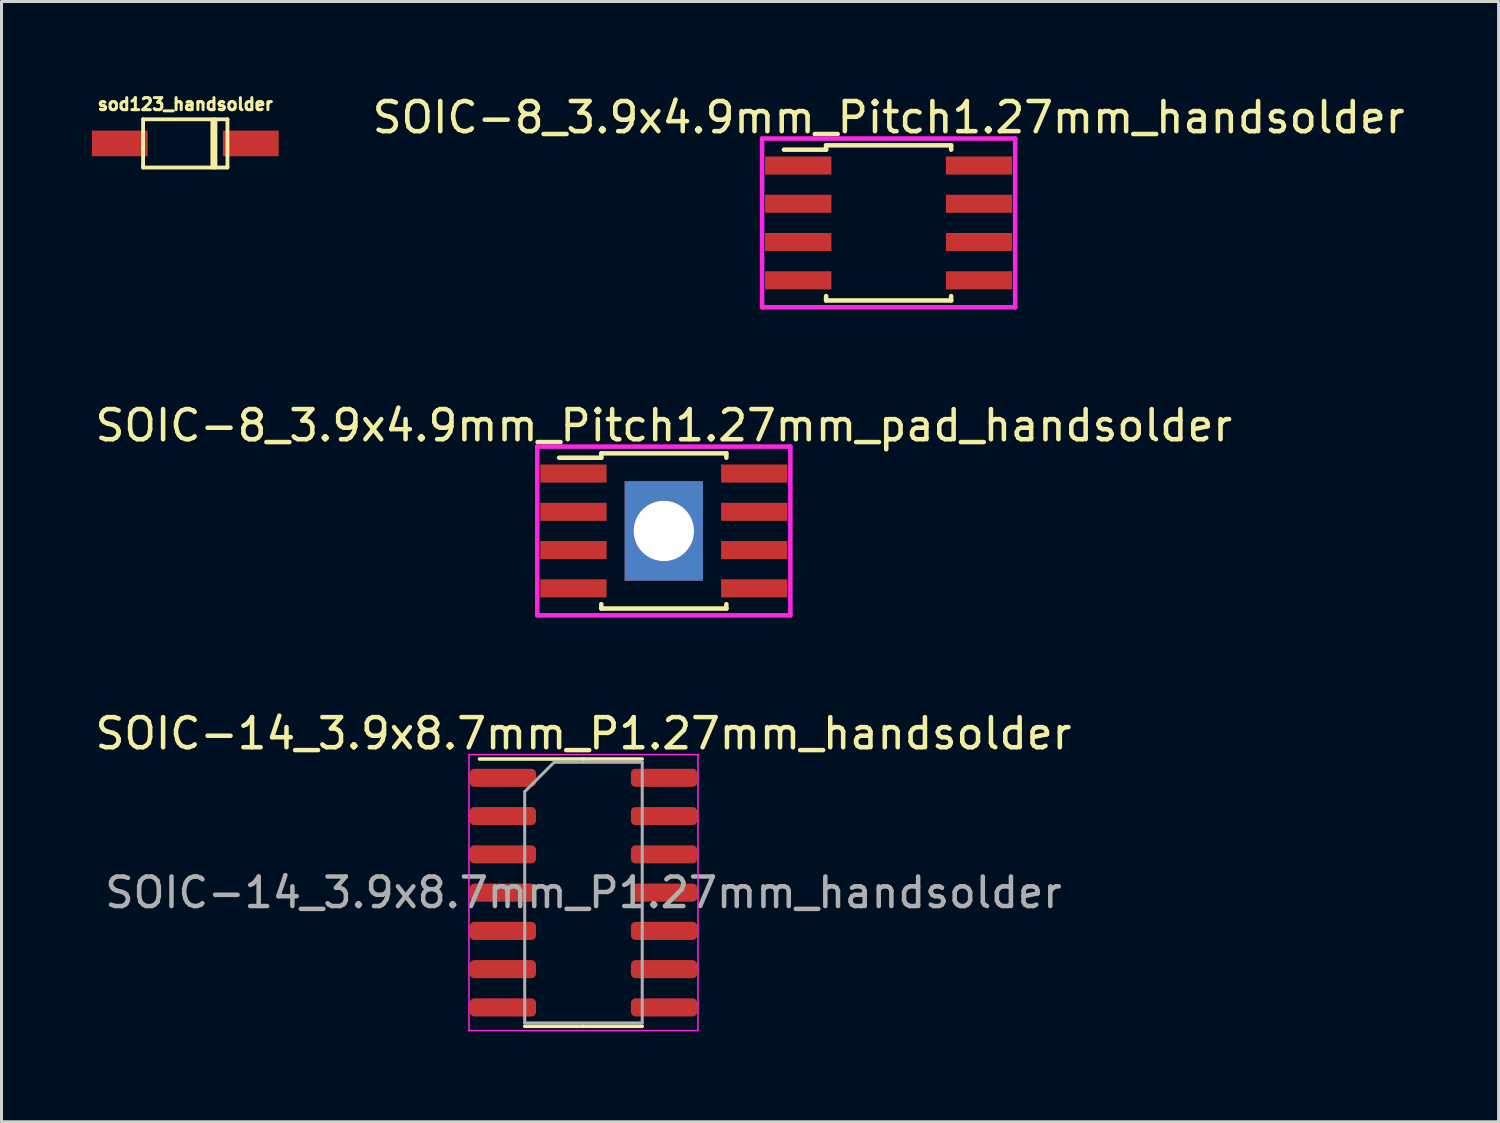
<source format=kicad_pcb>
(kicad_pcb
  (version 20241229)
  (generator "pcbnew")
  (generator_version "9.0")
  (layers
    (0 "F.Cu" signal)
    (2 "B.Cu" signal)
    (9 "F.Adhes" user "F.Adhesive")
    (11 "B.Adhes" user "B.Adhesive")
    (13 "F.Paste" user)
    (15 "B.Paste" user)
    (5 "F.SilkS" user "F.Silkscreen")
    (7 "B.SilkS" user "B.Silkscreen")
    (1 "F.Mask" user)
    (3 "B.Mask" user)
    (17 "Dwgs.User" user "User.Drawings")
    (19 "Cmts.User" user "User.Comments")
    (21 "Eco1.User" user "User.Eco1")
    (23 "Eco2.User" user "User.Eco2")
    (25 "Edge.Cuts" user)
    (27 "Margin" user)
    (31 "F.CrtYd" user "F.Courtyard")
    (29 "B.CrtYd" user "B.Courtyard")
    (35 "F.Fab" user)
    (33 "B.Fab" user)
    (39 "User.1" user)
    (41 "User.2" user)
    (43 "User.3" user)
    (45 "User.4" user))
  (footprint "SOIC-8_3.9x4.9mm_Pitch1.27mm_pad_handsolder"
    (layer "F.Cu")
    (at 18.982 14.572)
    (property "Reference" "SOIC-8_3.9x4.9mm_Pitch1.27mm_pad_handsolder" (at 0 -3.5 0) (layer "F.SilkS") (effects (font (size 1 1) (thickness 0.15))))
    (attr smd)
    (fp_line (start -2.075 -2.575) (end -2.075 -2.43) (stroke (width 0.15) (type solid)) (layer "F.SilkS"))
    (fp_line (start -2.075 -2.575) (end 2.075 -2.575) (stroke (width 0.15) (type solid)) (layer "F.SilkS"))
    (fp_line (start -2.075 -2.43) (end -3.475 -2.43) (stroke (width 0.15) (type solid)) (layer "F.SilkS"))
    (fp_line (start -2.075 2.575) (end -2.075 2.43) (stroke (width 0.15) (type solid)) (layer "F.SilkS"))
    (fp_line (start -2.075 2.575) (end 2.075 2.575) (stroke (width 0.15) (type solid)) (layer "F.SilkS"))
    (fp_line (start 2.075 -2.575) (end 2.075 -2.43) (stroke (width 0.15) (type solid)) (layer "F.SilkS"))
    (fp_line (start 2.075 2.575) (end 2.075 2.43) (stroke (width 0.15) (type solid)) (layer "F.SilkS"))
    (fp_line (start -4.2 -2.8) (end -4.2 2.8) (stroke (width 0.15) (type solid)) (layer "F.CrtYd"))
    (fp_line (start -4.2 2.8) (end 4.2 2.8) (stroke (width 0.15) (type solid)) (layer "F.CrtYd"))
    (fp_line (start 4.2 -2.8) (end -4.2 -2.8) (stroke (width 0.15) (type solid)) (layer "F.CrtYd"))
    (fp_line (start 4.2 2.8) (end 4.2 -2.8) (stroke (width 0.15) (type solid)) (layer "F.CrtYd"))
    (pad "1" smd rect (at -3 -1.905) (size 2.2 0.6) (layers "F.Cu" "F.Mask" "F.Paste"))
    (pad "2" smd rect (at -3 -0.635) (size 2.2 0.6) (layers "F.Cu" "F.Mask" "F.Paste"))
    (pad "3" smd rect (at -3 0.635) (size 2.2 0.6) (layers "F.Cu" "F.Mask" "F.Paste"))
    (pad "4" smd rect (at -3 1.905) (size 2.2 0.6) (layers "F.Cu" "F.Mask" "F.Paste"))
    (pad "5" smd rect (at 3 1.905) (size 2.2 0.6) (layers "F.Cu" "F.Mask" "F.Paste"))
    (pad "6" smd rect (at 3 0.635) (size 2.2 0.6) (layers "F.Cu" "F.Mask" "F.Paste"))
    (pad "7" smd rect (at 3 -0.635) (size 2.2 0.6) (layers "F.Cu" "F.Mask" "F.Paste"))
    (pad "8" smd rect (at 3 -1.905) (size 2.2 0.6) (layers "F.Cu" "F.Mask" "F.Paste"))
    (pad "9" thru_hole trapezoid (at 0 0) (size 2.6 3.3) (drill 2) (layers "*.Cu" "*.Mask")))
  (footprint "SOIC-14_3.9x8.7mm_P1.27mm_handsolder"
    (layer "F.Cu")
    (at 16.315 26.575)
    (property "Reference" "SOIC-14_3.9x8.7mm_P1.27mm_handsolder" (at 0 -5.28 0) (layer "F.SilkS") (effects (font (size 1 1) (thickness 0.15))))
    (attr smd)
    (fp_line (start 0 -4.435) (end -3.45 -4.435) (stroke (width 0.12) (type solid)) (layer "F.SilkS"))
    (fp_line (start 0 -4.435) (end 1.95 -4.435) (stroke (width 0.12) (type solid)) (layer "F.SilkS"))
    (fp_line (start 0 4.435) (end -1.95 4.435) (stroke (width 0.12) (type solid)) (layer "F.SilkS"))
    (fp_line (start 0 4.435) (end 1.95 4.435) (stroke (width 0.12) (type solid)) (layer "F.SilkS"))
    (fp_line (start -3.8 -4.58) (end -3.8 4.58) (stroke (width 0.05) (type solid)) (layer "F.CrtYd"))
    (fp_line (start -3.8 4.58) (end 3.8 4.58) (stroke (width 0.05) (type solid)) (layer "F.CrtYd"))
    (fp_line (start 3.8 -4.58) (end -3.8 -4.58) (stroke (width 0.05) (type solid)) (layer "F.CrtYd"))
    (fp_line (start 3.8 4.58) (end 3.8 -4.58) (stroke (width 0.05) (type solid)) (layer "F.CrtYd"))
    (fp_line (start -1.95 -3.35) (end -0.975 -4.325) (stroke (width 0.1) (type solid)) (layer "F.Fab"))
    (fp_line (start -1.95 4.325) (end -1.95 -3.35) (stroke (width 0.1) (type solid)) (layer "F.Fab"))
    (fp_line (start -0.975 -4.325) (end 1.95 -4.325) (stroke (width 0.1) (type solid)) (layer "F.Fab"))
    (fp_line (start 1.95 -4.325) (end 1.95 4.325) (stroke (width 0.1) (type solid)) (layer "F.Fab"))
    (fp_line (start 1.95 4.325) (end -1.95 4.325) (stroke (width 0.1) (type solid)) (layer "F.Fab"))
    (fp_text user "${REFERENCE}" (at 0 0 0) (layer "F.Fab") (effects (font (size 0.98 0.98) (thickness 0.15))))
    (pad "1" smd roundrect (at -2.675 -3.81) (size 2.2 0.6) (layers "F.Cu" "F.Mask" "F.Paste") (roundrect_rratio 0.25))
    (pad "2" smd roundrect (at -2.675 -2.54) (size 2.2 0.6) (layers "F.Cu" "F.Mask" "F.Paste") (roundrect_rratio 0.25))
    (pad "3" smd roundrect (at -2.675 -1.27) (size 2.2 0.6) (layers "F.Cu" "F.Mask" "F.Paste") (roundrect_rratio 0.25))
    (pad "4" smd roundrect (at -2.675 0) (size 2.2 0.6) (layers "F.Cu" "F.Mask" "F.Paste") (roundrect_rratio 0.25))
    (pad "5" smd roundrect (at -2.675 1.27) (size 2.2 0.6) (layers "F.Cu" "F.Mask" "F.Paste") (roundrect_rratio 0.25))
    (pad "6" smd roundrect (at -2.675 2.54) (size 2.2 0.6) (layers "F.Cu" "F.Mask" "F.Paste") (roundrect_rratio 0.25))
    (pad "7" smd roundrect (at -2.675 3.81) (size 2.2 0.6) (layers "F.Cu" "F.Mask" "F.Paste") (roundrect_rratio 0.25))
    (pad "8" smd roundrect (at 2.675 3.81) (size 2.2 0.6) (layers "F.Cu" "F.Mask" "F.Paste") (roundrect_rratio 0.25))
    (pad "9" smd roundrect (at 2.675 2.54) (size 2.2 0.6) (layers "F.Cu" "F.Mask" "F.Paste") (roundrect_rratio 0.25))
    (pad "10" smd roundrect (at 2.675 1.27) (size 2.2 0.6) (layers "F.Cu" "F.Mask" "F.Paste") (roundrect_rratio 0.25))
    (pad "11" smd roundrect (at 2.675 0) (size 2.2 0.6) (layers "F.Cu" "F.Mask" "F.Paste") (roundrect_rratio 0.25))
    (pad "12" smd roundrect (at 2.675 -1.27) (size 2.2 0.6) (layers "F.Cu" "F.Mask" "F.Paste") (roundrect_rratio 0.25))
    (pad "13" smd roundrect (at 2.675 -2.54) (size 2.2 0.6) (layers "F.Cu" "F.Mask" "F.Paste") (roundrect_rratio 0.25))
    (pad "14" smd roundrect (at 2.675 -3.81) (size 2.2 0.6) (layers "F.Cu" "F.Mask" "F.Paste") (roundrect_rratio 0.25)))
  (footprint "SOIC-8_3.9x4.9mm_Pitch1.27mm_handsolder"
    (layer "F.Cu")
    (at 26.443 4.348)
    (property "Reference" "SOIC-8_3.9x4.9mm_Pitch1.27mm_handsolder" (at 0 -3.5 0) (layer "F.SilkS") (effects (font (size 1 1) (thickness 0.15))))
    (attr smd)
    (fp_line (start -2.075 -2.575) (end -2.075 -2.43) (stroke (width 0.15) (type solid)) (layer "F.SilkS"))
    (fp_line (start -2.075 -2.575) (end 2.075 -2.575) (stroke (width 0.15) (type solid)) (layer "F.SilkS"))
    (fp_line (start -2.075 -2.43) (end -3.475 -2.43) (stroke (width 0.15) (type solid)) (layer "F.SilkS"))
    (fp_line (start -2.075 2.575) (end -2.075 2.43) (stroke (width 0.15) (type solid)) (layer "F.SilkS"))
    (fp_line (start -2.075 2.575) (end 2.075 2.575) (stroke (width 0.15) (type solid)) (layer "F.SilkS"))
    (fp_line (start 2.075 -2.575) (end 2.075 -2.43) (stroke (width 0.15) (type solid)) (layer "F.SilkS"))
    (fp_line (start 2.075 2.575) (end 2.075 2.43) (stroke (width 0.15) (type solid)) (layer "F.SilkS"))
    (fp_line (start -4.2 -2.8) (end -4.2 2.8) (stroke (width 0.15) (type solid)) (layer "F.CrtYd"))
    (fp_line (start -4.2 2.8) (end 4.2 2.8) (stroke (width 0.15) (type solid)) (layer "F.CrtYd"))
    (fp_line (start 4.2 -2.8) (end -4.2 -2.8) (stroke (width 0.15) (type solid)) (layer "F.CrtYd"))
    (fp_line (start 4.2 2.8) (end 4.2 -2.8) (stroke (width 0.15) (type solid)) (layer "F.CrtYd"))
    (pad "1" smd rect (at -3 -1.905) (size 2.2 0.6) (layers "F.Cu" "F.Mask" "F.Paste"))
    (pad "2" smd rect (at -3 -0.635) (size 2.2 0.6) (layers "F.Cu" "F.Mask" "F.Paste"))
    (pad "3" smd rect (at -3 0.635) (size 2.2 0.6) (layers "F.Cu" "F.Mask" "F.Paste"))
    (pad "4" smd rect (at -3 1.905) (size 2.2 0.6) (layers "F.Cu" "F.Mask" "F.Paste"))
    (pad "5" smd rect (at 3 1.905) (size 2.2 0.6) (layers "F.Cu" "F.Mask" "F.Paste"))
    (pad "6" smd rect (at 3 0.635) (size 2.2 0.6) (layers "F.Cu" "F.Mask" "F.Paste"))
    (pad "7" smd rect (at 3 -0.635) (size 2.2 0.6) (layers "F.Cu" "F.Mask" "F.Paste"))
    (pad "8" smd rect (at 3 -1.905) (size 2.2 0.6) (layers "F.Cu" "F.Mask" "F.Paste")))
  (footprint "sod123_handsolder"
    (layer "F.Cu")
    (at 3.099 1.71)
    (property "Reference" "sod123_handsolder" (at 0 -1.3 0) (layer "F.SilkS") (effects (font (size 0.4 0.4) (thickness 0.1))))
    (attr through_hole)
    (fp_line (start -1.4 -0.8) (end 1.4 -0.8) (stroke (width 0.127) (type solid)) (layer "F.SilkS"))
    (fp_line (start -1.4 0.8) (end -1.4 -0.8) (stroke (width 0.127) (type solid)) (layer "F.SilkS"))
    (fp_line (start 0.899 0.8) (end 0.899 -0.8) (stroke (width 0.127) (type solid)) (layer "F.SilkS"))
    (fp_line (start 1.001 -0.8) (end 1.001 0.8) (stroke (width 0.127) (type solid)) (layer "F.SilkS"))
    (fp_line (start 1.4 -0.8) (end 1.4 0.8) (stroke (width 0.127) (type solid)) (layer "F.SilkS"))
    (fp_line (start 1.4 0.8) (end -1.4 0.8) (stroke (width 0.127) (type solid)) (layer "F.SilkS"))
    (pad "1" smd rect (at 2.174 0) (size 1.851 0.851) (layers "F.Cu" "F.Mask" "F.Paste"))
    (pad "2" smd rect (at -2.174 0) (size 1.851 0.851) (layers "F.Cu" "F.Mask" "F.Paste")))
  (gr_rect
    (start -3 -3)
    (end 46.687 34.18)
    (stroke (width 0.1) (type default))
    (fill no)
    (layer "Edge.Cuts")))
</source>
